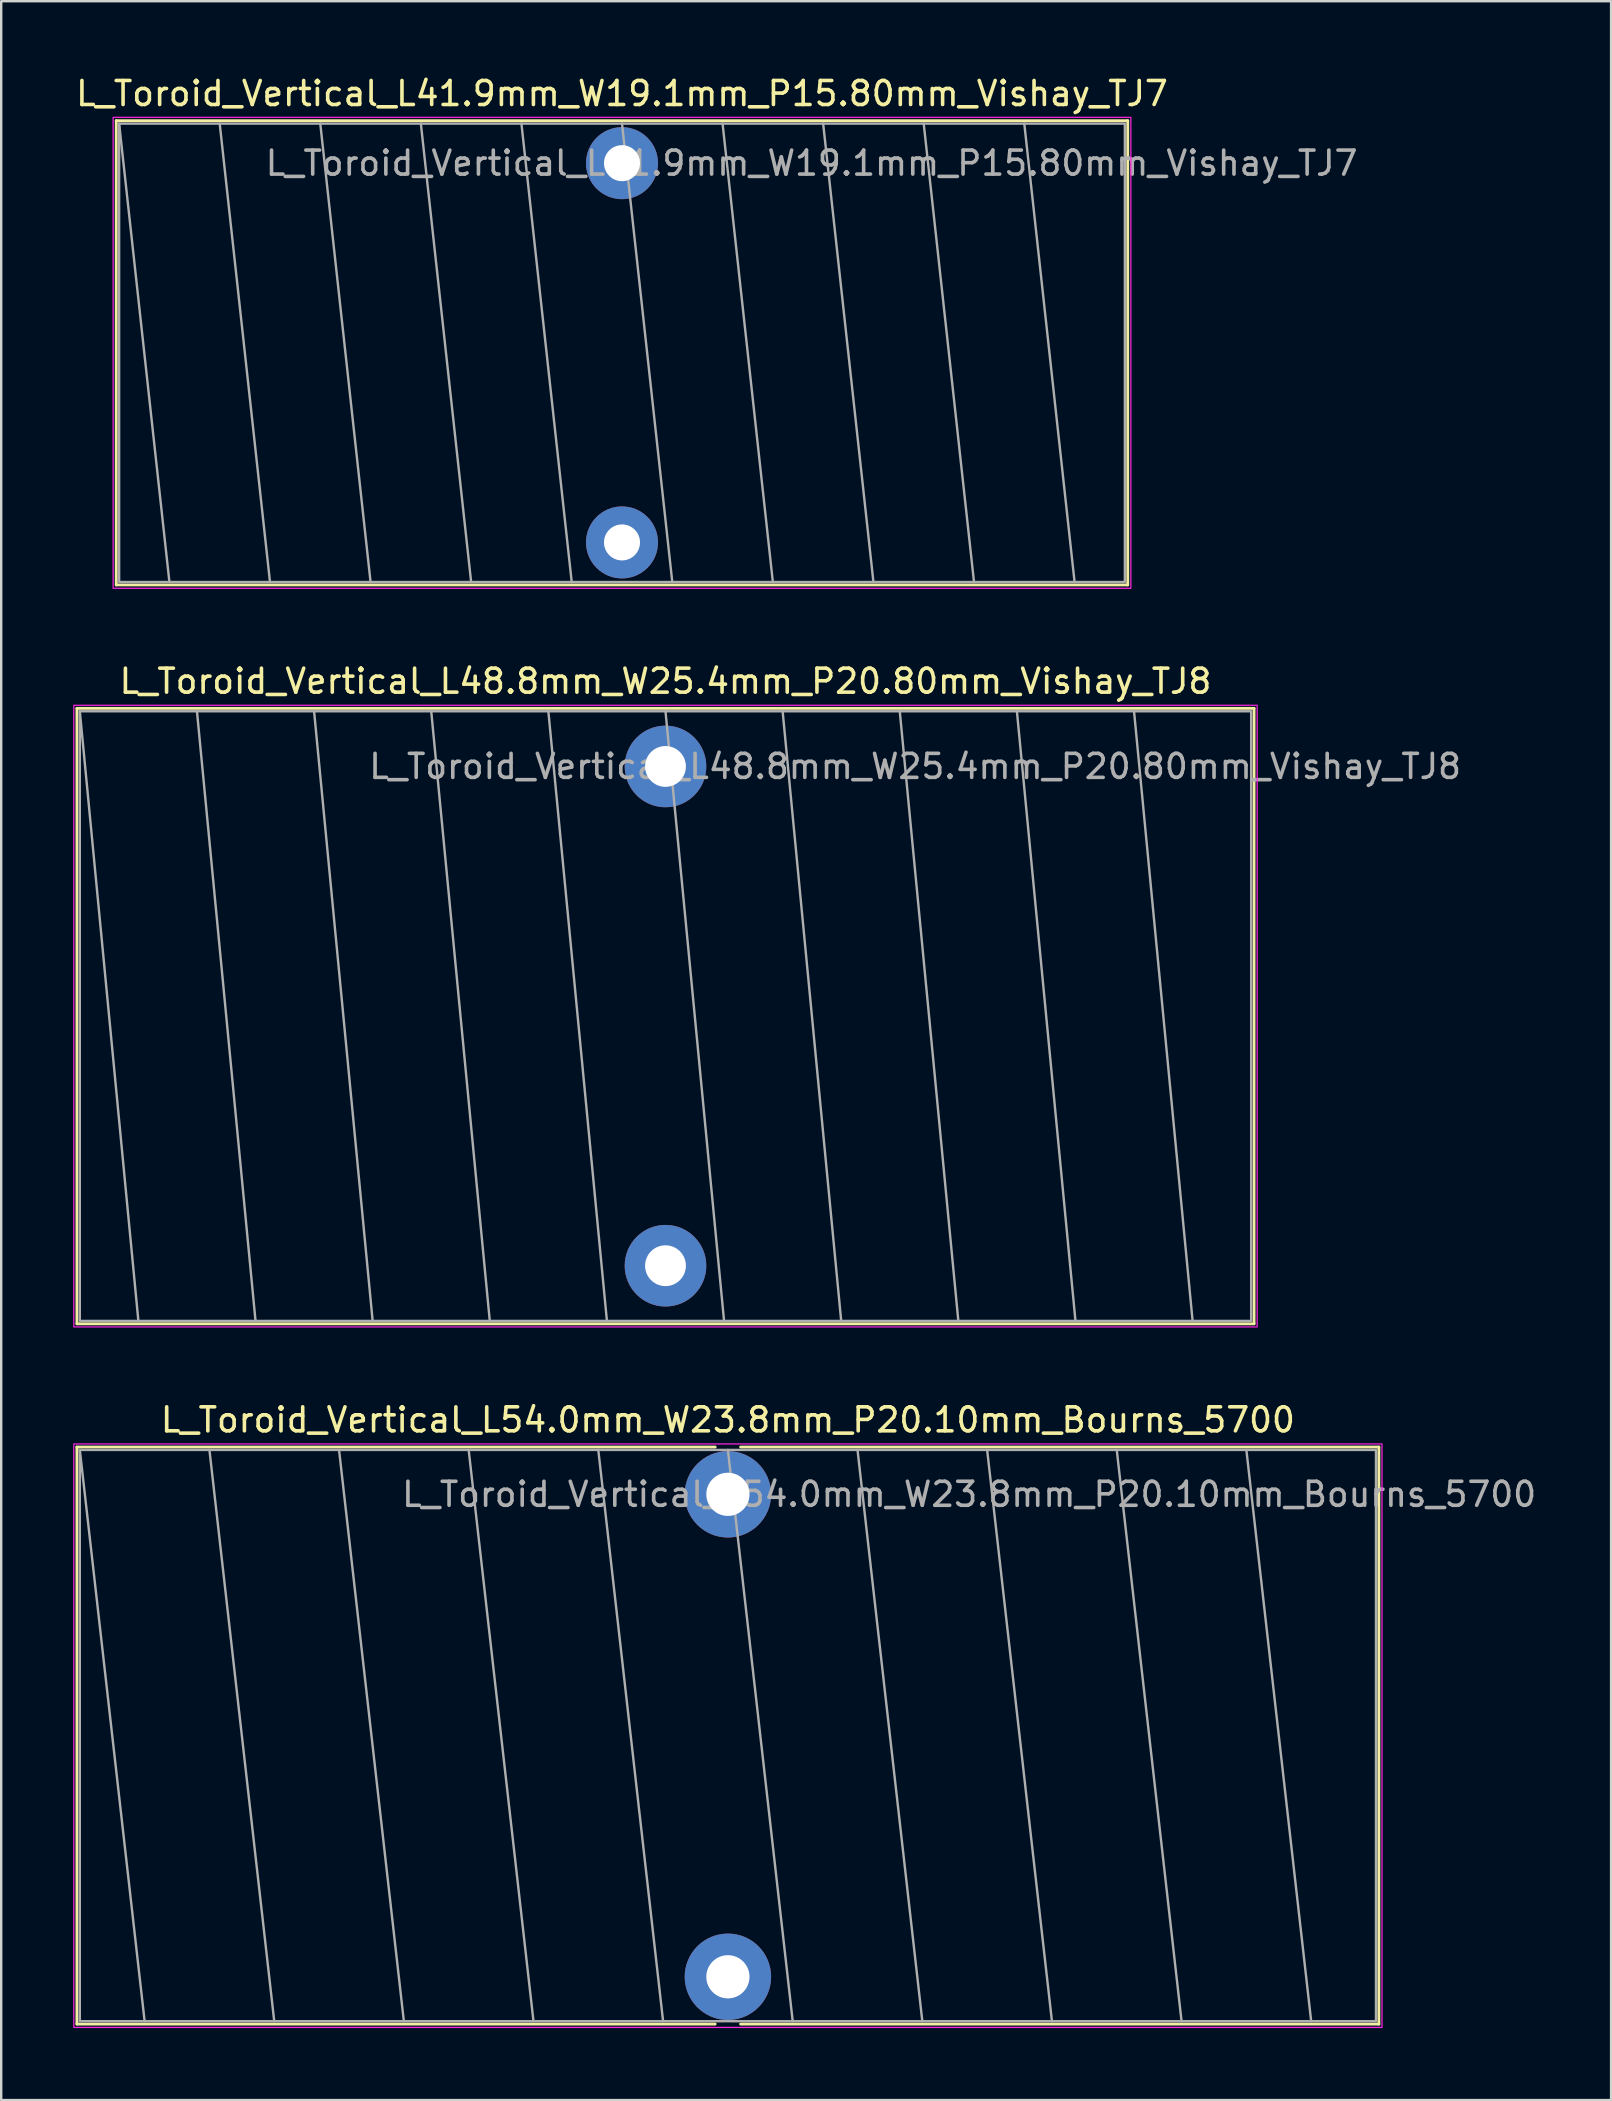
<source format=kicad_pcb>
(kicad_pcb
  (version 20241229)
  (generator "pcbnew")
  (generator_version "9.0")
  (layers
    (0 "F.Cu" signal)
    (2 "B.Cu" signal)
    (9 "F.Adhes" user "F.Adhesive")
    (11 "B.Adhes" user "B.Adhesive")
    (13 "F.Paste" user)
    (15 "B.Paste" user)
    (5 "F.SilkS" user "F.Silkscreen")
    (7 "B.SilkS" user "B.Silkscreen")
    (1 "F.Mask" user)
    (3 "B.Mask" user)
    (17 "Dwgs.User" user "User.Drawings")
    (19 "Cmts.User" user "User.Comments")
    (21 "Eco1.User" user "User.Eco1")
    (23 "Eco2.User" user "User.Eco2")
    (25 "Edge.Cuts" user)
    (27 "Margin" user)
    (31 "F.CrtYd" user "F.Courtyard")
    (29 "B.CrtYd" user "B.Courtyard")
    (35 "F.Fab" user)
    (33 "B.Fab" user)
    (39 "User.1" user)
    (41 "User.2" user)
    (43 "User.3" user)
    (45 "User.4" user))
  (footprint "L_Toroid_Vertical_L54.0mm_W23.8mm_P20.10mm_Bourns_5700"
    (layer "F.Cu")
    (at 27.275 59.205)
    (property "Reference" "L_Toroid_Vertical_L54.0mm_W23.8mm_P20.10mm_Bourns_5700" (at 0 -3.1 0) (layer "F.SilkS") (effects (font (size 1 1) (thickness 0.15))))
    (attr through_hole)
    (fp_line (start -27.12 -1.97) (end -27.12 22.07) (stroke (width 0.12) (type solid)) (layer "F.SilkS"))
    (fp_line (start -27.12 -1.97) (end -0.53 -1.97) (stroke (width 0.12) (type solid)) (layer "F.SilkS"))
    (fp_line (start -27.12 22.07) (end -0.53 22.07) (stroke (width 0.12) (type solid)) (layer "F.SilkS"))
    (fp_line (start 0.53 -1.97) (end 27.12 -1.97) (stroke (width 0.12) (type solid)) (layer "F.SilkS"))
    (fp_line (start 0.53 22.07) (end 27.12 22.07) (stroke (width 0.12) (type solid)) (layer "F.SilkS"))
    (fp_line (start 27.12 -1.97) (end 27.12 22.07) (stroke (width 0.12) (type solid)) (layer "F.SilkS"))
    (fp_rect (start -27.25 -2.1) (end 27.25 22.21) (stroke (width 0.05) (type solid)) (fill no) (layer "F.CrtYd"))
    (fp_line (start -27 -1.85) (end -24.3 21.95) (stroke (width 0.1) (type solid)) (layer "F.Fab"))
    (fp_line (start -21.6 -1.85) (end -18.9 21.95) (stroke (width 0.1) (type solid)) (layer "F.Fab"))
    (fp_line (start -16.2 -1.85) (end -13.5 21.95) (stroke (width 0.1) (type solid)) (layer "F.Fab"))
    (fp_line (start -10.8 -1.85) (end -8.1 21.95) (stroke (width 0.1) (type solid)) (layer "F.Fab"))
    (fp_line (start -5.4 -1.85) (end -2.7 21.95) (stroke (width 0.1) (type solid)) (layer "F.Fab"))
    (fp_line (start 0 -1.85) (end 2.7 21.95) (stroke (width 0.1) (type solid)) (layer "F.Fab"))
    (fp_line (start 5.4 -1.85) (end 8.1 21.95) (stroke (width 0.1) (type solid)) (layer "F.Fab"))
    (fp_line (start 10.8 -1.85) (end 13.5 21.95) (stroke (width 0.1) (type solid)) (layer "F.Fab"))
    (fp_line (start 16.2 -1.85) (end 18.9 21.95) (stroke (width 0.1) (type solid)) (layer "F.Fab"))
    (fp_line (start 21.6 -1.85) (end 24.3 21.95) (stroke (width 0.1) (type solid)) (layer "F.Fab"))
    (fp_rect (start -27 -1.85) (end 27 21.95) (stroke (width 0.1) (type solid)) (fill no) (layer "F.Fab"))
    (fp_text user "${REFERENCE}" (at 10.05 0 0) (layer "F.Fab") (effects (font (size 1 1) (thickness 0.15))))
    (pad "1" thru_hole circle (at 0 0) (size 3.6 3.6) (drill 1.8) (layers "*.Cu" "*.Mask"))
    (pad "2" thru_hole circle (at 0 20.1) (size 3.6 3.6) (drill 1.8) (layers "*.Cu" "*.Mask")))
  (footprint "L_Toroid_Vertical_L48.8mm_W25.4mm_P20.80mm_Vishay_TJ8"
    (layer "F.Cu")
    (at 24.675 28.881)
    (property "Reference" "L_Toroid_Vertical_L48.8mm_W25.4mm_P20.80mm_Vishay_TJ8" (at 0 -3.55 0) (layer "F.SilkS") (effects (font (size 1 1) (thickness 0.15))))
    (attr through_hole)
    (fp_line (start -24.52 -2.42) (end -24.52 23.22) (stroke (width 0.12) (type solid)) (layer "F.SilkS"))
    (fp_line (start -24.52 -2.42) (end 24.52 -2.42) (stroke (width 0.12) (type solid)) (layer "F.SilkS"))
    (fp_line (start -24.52 23.22) (end 24.52 23.22) (stroke (width 0.12) (type solid)) (layer "F.SilkS"))
    (fp_line (start 24.52 -2.42) (end 24.52 23.22) (stroke (width 0.12) (type solid)) (layer "F.SilkS"))
    (fp_rect (start -24.65 -2.55) (end 24.65 23.35) (stroke (width 0.05) (type solid)) (fill no) (layer "F.CrtYd"))
    (fp_line (start -24.4 -2.3) (end -21.96 23.1) (stroke (width 0.1) (type solid)) (layer "F.Fab"))
    (fp_line (start -19.52 -2.3) (end -17.08 23.1) (stroke (width 0.1) (type solid)) (layer "F.Fab"))
    (fp_line (start -14.64 -2.3) (end -12.2 23.1) (stroke (width 0.1) (type solid)) (layer "F.Fab"))
    (fp_line (start -9.76 -2.3) (end -7.32 23.1) (stroke (width 0.1) (type solid)) (layer "F.Fab"))
    (fp_line (start -4.88 -2.3) (end -2.44 23.1) (stroke (width 0.1) (type solid)) (layer "F.Fab"))
    (fp_line (start 0 -2.3) (end 2.44 23.1) (stroke (width 0.1) (type solid)) (layer "F.Fab"))
    (fp_line (start 4.88 -2.3) (end 7.32 23.1) (stroke (width 0.1) (type solid)) (layer "F.Fab"))
    (fp_line (start 9.76 -2.3) (end 12.2 23.1) (stroke (width 0.1) (type solid)) (layer "F.Fab"))
    (fp_line (start 14.64 -2.3) (end 17.08 23.1) (stroke (width 0.1) (type solid)) (layer "F.Fab"))
    (fp_line (start 19.52 -2.3) (end 21.96 23.1) (stroke (width 0.1) (type solid)) (layer "F.Fab"))
    (fp_rect (start -24.4 -2.3) (end 24.4 23.1) (stroke (width 0.1) (type solid)) (fill no) (layer "F.Fab"))
    (fp_text user "${REFERENCE}" (at 10.4 0 0) (layer "F.Fab") (effects (font (size 1 1) (thickness 0.15))))
    (pad "1" thru_hole circle (at 0 0) (size 3.4 3.4) (drill 1.7) (layers "*.Cu" "*.Mask"))
    (pad "2" thru_hole circle (at 0 20.8) (size 3.4 3.4) (drill 1.7) (layers "*.Cu" "*.Mask")))
  (footprint "L_Toroid_Vertical_L41.9mm_W19.1mm_P15.80mm_Vishay_TJ7"
    (layer "F.Cu")
    (at 22.863 3.748)
    (property "Reference" "L_Toroid_Vertical_L41.9mm_W19.1mm_P15.80mm_Vishay_TJ7" (at 0 -2.9 0) (layer "F.SilkS") (effects (font (size 1 1) (thickness 0.15))))
    (attr through_hole)
    (fp_line (start -21.07 -1.77) (end -21.07 17.57) (stroke (width 0.12) (type solid)) (layer "F.SilkS"))
    (fp_line (start -21.07 -1.77) (end 21.07 -1.77) (stroke (width 0.12) (type solid)) (layer "F.SilkS"))
    (fp_line (start -21.07 17.57) (end 21.07 17.57) (stroke (width 0.12) (type solid)) (layer "F.SilkS"))
    (fp_line (start 21.07 -1.77) (end 21.07 17.57) (stroke (width 0.12) (type solid)) (layer "F.SilkS"))
    (fp_rect (start -21.2 -1.91) (end 21.2 17.71) (stroke (width 0.05) (type solid)) (fill no) (layer "F.CrtYd"))
    (fp_line (start -20.95 -1.65) (end -18.855 17.45) (stroke (width 0.1) (type solid)) (layer "F.Fab"))
    (fp_line (start -16.76 -1.65) (end -14.665 17.45) (stroke (width 0.1) (type solid)) (layer "F.Fab"))
    (fp_line (start -12.57 -1.65) (end -10.475 17.45) (stroke (width 0.1) (type solid)) (layer "F.Fab"))
    (fp_line (start -8.38 -1.65) (end -6.285 17.45) (stroke (width 0.1) (type solid)) (layer "F.Fab"))
    (fp_line (start -4.19 -1.65) (end -2.095 17.45) (stroke (width 0.1) (type solid)) (layer "F.Fab"))
    (fp_line (start 0 -1.65) (end 2.095 17.45) (stroke (width 0.1) (type solid)) (layer "F.Fab"))
    (fp_line (start 4.19 -1.65) (end 6.285 17.45) (stroke (width 0.1) (type solid)) (layer "F.Fab"))
    (fp_line (start 8.38 -1.65) (end 10.475 17.45) (stroke (width 0.1) (type solid)) (layer "F.Fab"))
    (fp_line (start 12.57 -1.65) (end 14.665 17.45) (stroke (width 0.1) (type solid)) (layer "F.Fab"))
    (fp_line (start 16.76 -1.65) (end 18.855 17.45) (stroke (width 0.1) (type solid)) (layer "F.Fab"))
    (fp_rect (start -20.95 -1.65) (end 20.95 17.45) (stroke (width 0.1) (type solid)) (fill no) (layer "F.Fab"))
    (fp_text user "${REFERENCE}" (at 7.9 0 0) (layer "F.Fab") (effects (font (size 1 1) (thickness 0.15))))
    (pad "1" thru_hole circle (at 0 0) (size 3 3) (drill 1.5) (layers "*.Cu" "*.Mask"))
    (pad "2" thru_hole circle (at 0 15.8) (size 3 3) (drill 1.5) (layers "*.Cu" "*.Mask")))
  (gr_rect
    (start -3 -3)
    (end 64.069 84.44)
    (stroke (width 0.1) (type default))
    (fill no)
    (layer "Edge.Cuts")))
</source>
